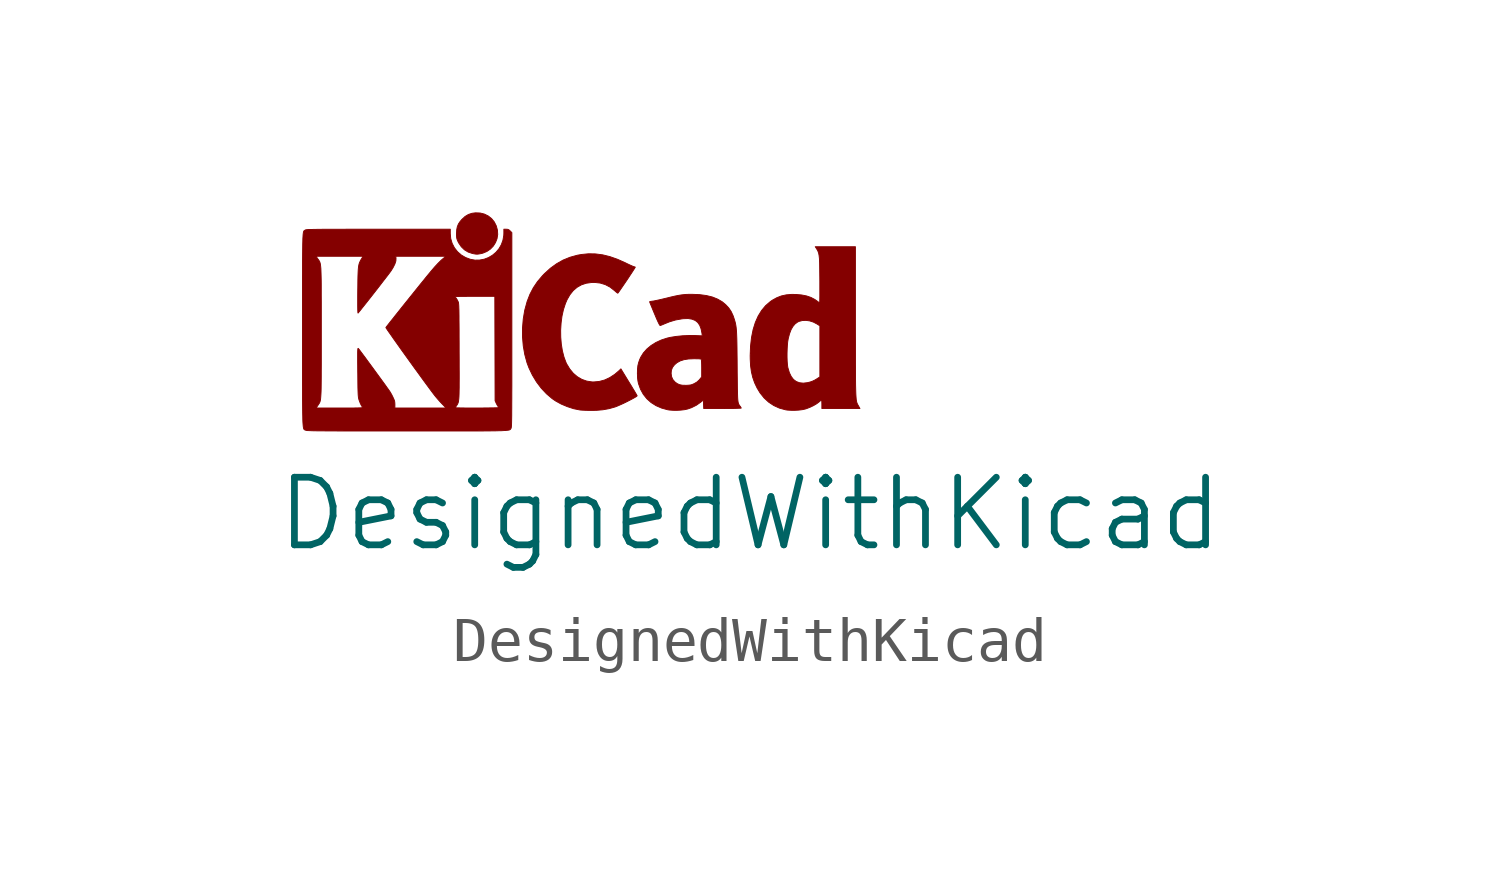
<source format=kicad_sym>
(kicad_symbol_lib
  (version 20211014)
  (generator kicad_symbol_editor)
  (symbol "DesignedWithKicad"
    (pin_names
      (offset 1.016))
    (property "Reference" "G"
      (at 0 -2.54 0)
      (effects (font (size 1.524 1.524)) hide))
    (property "Value" "DesignedWithKicad"
      (at 3.81 -2.54 0)
      (effects (font (size 1.524 1.524))))
    (symbol "DesignedWithKicad_0_1"
      (polyline (pts (xy -2.273 4.243) (xy -2.177 4.219) (xy -2.09 4.176) (xy -2.015 4.117) (xy -1.954 4.042) (xy -1.909 3.953) (xy -1.883 3.857) (xy -1.877 3.759) (xy -1.892 3.665) (xy -1.926 3.578) (xy -1.976 3.498) (xy -2.042 3.43) (xy -2.121 3.376) (xy -2.212 3.338) (xy -2.263 3.326) (xy -2.308 3.318) (xy -2.342 3.315) (xy -2.375 3.317) (xy -2.415 3.324) (xy -2.449 3.331) (xy -2.542 3.362) (xy -2.626 3.413) (xy -2.698 3.483) (xy -2.756 3.568) (xy -2.77 3.595) (xy -2.787 3.632) (xy -2.797 3.662) (xy -2.803 3.695) (xy -2.805 3.736) (xy -2.805 3.782) (xy -2.801 3.866) (xy -2.787 3.935) (xy -2.762 3.996) (xy -2.723 4.054) (xy -2.684 4.099) (xy -2.612 4.165) (xy -2.537 4.21) (xy -2.455 4.237) (xy -2.377 4.247) (xy -2.273 4.243)) (stroke (width 0.003) (type default) (color 0 0 0 0)) (fill (type outline)))
      (polyline (pts (xy 0.328 3.321) (xy 0.489 3.3) (xy 0.652 3.26) (xy 0.822 3.2) (xy 1 3.121) (xy 1.011 3.115) (xy 1.069 3.087) (xy 1.121 3.063) (xy 1.162 3.045) (xy 1.19 3.034) (xy 1.2 3.031) (xy 1.219 3.026) (xy 1.224 3.022) (xy 1.218 3.011) (xy 1.202 2.985) (xy 1.177 2.946) (xy 1.145 2.896) (xy 1.107 2.839) (xy 1.066 2.776) (xy 1.023 2.712) (xy 0.98 2.649) (xy 0.939 2.589) (xy 0.902 2.535) (xy 0.871 2.49) (xy 0.847 2.456) (xy 0.832 2.437) (xy 0.83 2.435) (xy 0.82 2.44) (xy 0.798 2.457) (xy 0.767 2.484) (xy 0.751 2.498) (xy 0.655 2.573) (xy 0.548 2.629) (xy 0.433 2.664) (xy 0.31 2.678) (xy 0.241 2.677) (xy 0.119 2.66) (xy 0.01 2.624) (xy -0.087 2.569) (xy -0.174 2.495) (xy -0.249 2.401) (xy -0.314 2.288) (xy -0.351 2.201) (xy -0.395 2.066) (xy -0.428 1.918) (xy -0.448 1.763) (xy -0.458 1.603) (xy -0.456 1.443) (xy -0.443 1.286) (xy -0.419 1.137) (xy -0.384 0.999) (xy -0.338 0.875) (xy -0.322 0.841) (xy -0.253 0.727) (xy -0.173 0.63) (xy -0.081 0.552) (xy 0.02 0.493) (xy 0.13 0.454) (xy 0.247 0.436) (xy 0.289 0.435) (xy 0.41 0.446) (xy 0.531 0.478) (xy 0.649 0.533) (xy 0.762 0.607) (xy 0.854 0.685) (xy 0.9 0.73) (xy 1.081 0.433) (xy 1.127 0.359) (xy 1.168 0.29) (xy 1.204 0.231) (xy 1.233 0.182) (xy 1.254 0.146) (xy 1.265 0.126) (xy 1.266 0.123) (xy 1.258 0.113) (xy 1.233 0.096) (xy 1.193 0.073) (xy 1.142 0.045) (xy 1.084 0.015) (xy 1.021 -0.017) (xy 0.958 -0.048) (xy 0.896 -0.076) (xy 0.839 -0.101) (xy 0.791 -0.121) (xy 0.768 -0.129) (xy 0.634 -0.167) (xy 0.496 -0.192) (xy 0.349 -0.205) (xy 0.222 -0.207) (xy 0.154 -0.206) (xy 0.088 -0.204) (xy 0.031 -0.201) (xy -0.013 -0.198) (xy -0.027 -0.196) (xy -0.166 -0.168) (xy -0.307 -0.122) (xy -0.445 -0.064) (xy -0.572 0.006) (xy -0.649 0.059) (xy -0.776 0.167) (xy -0.895 0.293) (xy -1.002 0.435) (xy -1.095 0.589) (xy -1.173 0.752) (xy -1.217 0.869) (xy -1.267 1.053) (xy -1.301 1.247) (xy -1.318 1.449) (xy -1.318 1.652) (xy -1.301 1.855) (xy -1.268 2.051) (xy -1.217 2.237) (xy -1.214 2.248) (xy -1.151 2.41) (xy -1.074 2.558) (xy -0.981 2.696) (xy -0.869 2.828) (xy -0.825 2.874) (xy -0.689 2.998) (xy -0.548 3.1) (xy -0.403 3.182) (xy -0.249 3.245) (xy -0.084 3.291) (xy 0.011 3.308) (xy 0.17 3.324) (xy 0.328 3.321)) (stroke (width 0.003) (type default) (color 0 0 0 0)) (fill (type outline)))
      (polyline (pts (xy 6.186 1.798) (xy 6.186 1.563) (xy 6.187 1.35) (xy 6.187 1.158) (xy 6.187 0.985) (xy 6.187 0.829) (xy 6.188 0.691) (xy 6.188 0.569) (xy 6.189 0.462) (xy 6.19 0.369) (xy 6.192 0.288) (xy 6.194 0.219) (xy 6.196 0.16) (xy 6.199 0.111) (xy 6.202 0.07) (xy 6.205 0.036) (xy 6.21 0.008) (xy 6.214 -0.015) (xy 6.22 -0.034) (xy 6.226 -0.051) (xy 6.233 -0.065) (xy 6.24 -0.079) (xy 6.249 -0.094) (xy 6.254 -0.103) (xy 6.288 -0.164) (xy 5.43 -0.164) (xy 5.43 -0.068) (xy 5.429 -0.024) (xy 5.427 0.009) (xy 5.425 0.027) (xy 5.423 0.028) (xy 5.412 0.021) (xy 5.389 0.004) (xy 5.366 -0.016) (xy 5.312 -0.057) (xy 5.242 -0.098) (xy 5.165 -0.135) (xy 5.088 -0.165) (xy 5.057 -0.175) (xy 4.989 -0.19) (xy 4.906 -0.2) (xy 4.816 -0.205) (xy 4.728 -0.204) (xy 4.649 -0.199) (xy 4.612 -0.193) (xy 4.473 -0.155) (xy 4.346 -0.097) (xy 4.23 -0.02) (xy 4.127 0.075) (xy 4.036 0.189) (xy 3.969 0.3) (xy 3.914 0.416) (xy 3.872 0.536) (xy 3.842 0.662) (xy 3.823 0.798) (xy 3.815 0.95) (xy 3.814 1.027) (xy 3.816 1.084) (xy 4.645 1.084) (xy 4.645 0.991) (xy 4.648 0.903) (xy 4.654 0.826) (xy 4.662 0.765) (xy 4.665 0.753) (xy 4.697 0.645) (xy 4.739 0.558) (xy 4.79 0.491) (xy 4.853 0.444) (xy 4.926 0.417) (xy 5.011 0.408) (xy 5.107 0.419) (xy 5.17 0.435) (xy 5.22 0.453) (xy 5.274 0.479) (xy 5.314 0.503) (xy 5.385 0.549) (xy 5.385 1.7) (xy 5.317 1.743) (xy 5.239 1.784) (xy 5.155 1.811) (xy 5.07 1.823) (xy 4.988 1.819) (xy 4.915 1.8) (xy 4.883 1.785) (xy 4.825 1.742) (xy 4.777 1.685) (xy 4.735 1.612) (xy 4.701 1.522) (xy 4.672 1.411) (xy 4.671 1.405) (xy 4.66 1.343) (xy 4.653 1.265) (xy 4.648 1.177) (xy 4.645 1.084) (xy 3.816 1.084) (xy 3.822 1.24) (xy 3.844 1.436) (xy 3.88 1.615) (xy 3.93 1.776) (xy 3.994 1.92) (xy 4.072 2.047) (xy 4.163 2.156) (xy 4.269 2.247) (xy 4.314 2.278) (xy 4.415 2.334) (xy 4.518 2.374) (xy 4.628 2.398) (xy 4.749 2.408) (xy 4.842 2.407) (xy 4.971 2.396) (xy 5.084 2.374) (xy 5.183 2.34) (xy 5.271 2.294) (xy 5.32 2.26) (xy 5.349 2.238) (xy 5.371 2.223) (xy 5.379 2.218) (xy 5.381 2.229) (xy 5.382 2.26) (xy 5.383 2.308) (xy 5.384 2.369) (xy 5.384 2.443) (xy 5.384 2.526) (xy 5.384 2.614) (xy 5.384 2.706) (xy 5.383 2.798) (xy 5.382 2.889) (xy 5.381 2.974) (xy 5.38 3.051) (xy 5.379 3.118) (xy 5.377 3.172) (xy 5.375 3.21) (xy 5.375 3.217) (xy 5.367 3.288) (xy 5.356 3.343) (xy 5.338 3.39) (xy 5.312 3.436) (xy 5.305 3.446) (xy 5.281 3.483) (xy 6.186 3.483) (xy 6.186 1.798)) (stroke (width 0.003) (type default) (color 0 0 0 0)) (fill (type outline)))
      (polyline (pts (xy 2.674 2.403) (xy 2.825 2.383) (xy 2.961 2.35) (xy 3.08 2.302) (xy 3.185 2.241) (xy 3.262 2.177) (xy 3.331 2.103) (xy 3.385 2.023) (xy 3.428 1.931) (xy 3.443 1.888) (xy 3.456 1.849) (xy 3.467 1.813) (xy 3.477 1.778) (xy 3.485 1.742) (xy 3.492 1.703) (xy 3.498 1.66) (xy 3.503 1.61) (xy 3.507 1.553) (xy 3.51 1.485) (xy 3.513 1.406) (xy 3.515 1.313) (xy 3.517 1.204) (xy 3.518 1.078) (xy 3.52 0.933) (xy 3.521 0.79) (xy 3.522 0.634) (xy 3.524 0.499) (xy 3.525 0.383) (xy 3.526 0.284) (xy 3.528 0.202) (xy 3.53 0.134) (xy 3.532 0.078) (xy 3.535 0.034) (xy 3.539 -0.002) (xy 3.544 -0.029) (xy 3.55 -0.051) (xy 3.557 -0.068) (xy 3.565 -0.082) (xy 3.574 -0.096) (xy 3.585 -0.11) (xy 3.59 -0.115) (xy 3.605 -0.138) (xy 3.612 -0.153) (xy 3.612 -0.154) (xy 3.602 -0.156) (xy 3.571 -0.158) (xy 3.522 -0.16) (xy 3.458 -0.162) (xy 3.382 -0.163) (xy 3.295 -0.163) (xy 3.2 -0.164) (xy 3.19 -0.164) (xy 2.767 -0.164) (xy 2.763 -0.068) (xy 2.76 0.028) (xy 2.698 -0.022) (xy 2.601 -0.09) (xy 2.491 -0.145) (xy 2.404 -0.175) (xy 2.335 -0.19) (xy 2.252 -0.2) (xy 2.162 -0.205) (xy 2.074 -0.204) (xy 1.995 -0.198) (xy 1.959 -0.193) (xy 1.819 -0.155) (xy 1.692 -0.1) (xy 1.58 -0.029) (xy 1.484 0.057) (xy 1.404 0.158) (xy 1.341 0.273) (xy 1.296 0.399) (xy 1.284 0.456) (xy 1.276 0.518) (xy 1.273 0.593) (xy 1.272 0.626) (xy 1.272 0.63) (xy 2.032 0.63) (xy 2.042 0.555) (xy 2.07 0.491) (xy 2.118 0.435) (xy 2.123 0.431) (xy 2.171 0.396) (xy 2.223 0.373) (xy 2.284 0.361) (xy 2.359 0.359) (xy 2.377 0.359) (xy 2.431 0.362) (xy 2.471 0.367) (xy 2.506 0.377) (xy 2.545 0.394) (xy 2.556 0.399) (xy 2.616 0.435) (xy 2.663 0.478) (xy 2.676 0.493) (xy 2.721 0.549) (xy 2.721 0.745) (xy 2.72 0.824) (xy 2.718 0.882) (xy 2.715 0.921) (xy 2.711 0.943) (xy 2.707 0.95) (xy 2.691 0.953) (xy 2.657 0.956) (xy 2.61 0.957) (xy 2.555 0.958) (xy 2.546 0.958) (xy 2.425 0.953) (xy 2.323 0.937) (xy 2.236 0.909) (xy 2.164 0.869) (xy 2.109 0.822) (xy 2.064 0.764) (xy 2.039 0.701) (xy 2.032 0.63) (xy 1.272 0.63) (xy 1.274 0.72) (xy 1.282 0.799) (xy 1.299 0.87) (xy 1.324 0.941) (xy 1.348 0.994) (xy 1.407 1.089) (xy 1.485 1.177) (xy 1.58 1.256) (xy 1.69 1.325) (xy 1.812 1.381) (xy 1.945 1.424) (xy 2.009 1.439) (xy 2.146 1.461) (xy 2.294 1.476) (xy 2.446 1.482) (xy 2.572 1.481) (xy 2.734 1.474) (xy 2.727 1.533) (xy 2.707 1.632) (xy 2.676 1.713) (xy 2.632 1.776) (xy 2.575 1.821) (xy 2.503 1.85) (xy 2.416 1.864) (xy 2.313 1.861) (xy 2.275 1.857) (xy 2.134 1.832) (xy 1.997 1.791) (xy 1.902 1.753) (xy 1.857 1.734) (xy 1.819 1.718) (xy 1.792 1.709) (xy 1.784 1.706) (xy 1.775 1.716) (xy 1.758 1.745) (xy 1.734 1.794) (xy 1.703 1.863) (xy 1.665 1.954) (xy 1.658 1.97) (xy 1.628 2.042) (xy 1.601 2.108) (xy 1.578 2.163) (xy 1.561 2.206) (xy 1.55 2.233) (xy 1.547 2.242) (xy 1.557 2.247) (xy 1.583 2.252) (xy 1.611 2.256) (xy 1.642 2.26) (xy 1.689 2.27) (xy 1.751 2.283) (xy 1.821 2.299) (xy 1.896 2.317) (xy 1.925 2.324) (xy 2.03 2.35) (xy 2.118 2.37) (xy 2.192 2.385) (xy 2.258 2.396) (xy 2.319 2.403) (xy 2.381 2.408) (xy 2.446 2.41) (xy 2.504 2.41) (xy 2.674 2.403)) (stroke (width 0.003) (type default) (color 0 0 0 0)) (fill (type outline)))
      (polyline (pts (xy -2.946 3.781) (xy -2.936 3.667) (xy -2.904 3.559) (xy -2.853 3.46) (xy -2.784 3.372) (xy -2.699 3.297) (xy -2.602 3.24) (xy -2.496 3.2) (xy -2.389 3.181) (xy -2.283 3.183) (xy -2.181 3.202) (xy -2.084 3.239) (xy -1.996 3.291) (xy -1.917 3.357) (xy -1.849 3.437) (xy -1.796 3.528) (xy -1.759 3.63) (xy -1.74 3.74) (xy -1.738 3.79) (xy -1.738 3.878) (xy -1.687 3.878) (xy -1.65 3.875) (xy -1.623 3.863) (xy -1.596 3.839) (xy -1.558 3.801) (xy -1.558 1.609) (xy -1.558 1.347) (xy -1.558 1.107) (xy -1.558 0.887) (xy -1.558 0.687) (xy -1.558 0.506) (xy -1.558 0.342) (xy -1.559 0.196) (xy -1.559 0.065) (xy -1.56 -0.05) (xy -1.56 -0.151) (xy -1.561 -0.239) (xy -1.561 -0.315) (xy -1.562 -0.38) (xy -1.563 -0.434) (xy -1.564 -0.479) (xy -1.565 -0.516) (xy -1.567 -0.545) (xy -1.568 -0.567) (xy -1.57 -0.584) (xy -1.572 -0.596) (xy -1.574 -0.604) (xy -1.576 -0.61) (xy -1.577 -0.612) (xy -1.581 -0.619) (xy -1.585 -0.625) (xy -1.589 -0.631) (xy -1.594 -0.636) (xy -1.601 -0.641) (xy -1.611 -0.646) (xy -1.625 -0.65) (xy -1.645 -0.653) (xy -1.669 -0.656) (xy -1.701 -0.659) (xy -1.741 -0.661) (xy -1.789 -0.664) (xy -1.846 -0.665) (xy -1.914 -0.667) (xy -1.994 -0.668) (xy -2.085 -0.669) (xy -2.19 -0.67) (xy -2.309 -0.67) (xy -2.443 -0.671) (xy -2.593 -0.671) (xy -2.76 -0.671) (xy -2.945 -0.671) (xy -3.149 -0.671) (xy -3.372 -0.671) (xy -3.616 -0.671) (xy -3.881 -0.671) (xy -3.92 -0.671) (xy -4.187 -0.671) (xy -4.432 -0.671) (xy -4.657 -0.671) (xy -4.861 -0.671) (xy -5.047 -0.671) (xy -5.215 -0.671) (xy -5.366 -0.67) (xy -5.501 -0.67) (xy -5.62 -0.669) (xy -5.725 -0.669) (xy -5.817 -0.668) (xy -5.896 -0.667) (xy -5.964 -0.667) (xy -6.021 -0.666) (xy -6.069 -0.665) (xy -6.107 -0.663) (xy -6.138 -0.662) (xy -6.162 -0.661) (xy -6.18 -0.659) (xy -6.192 -0.657) (xy -6.201 -0.655) (xy -6.205 -0.653) (xy -6.214 -0.65) (xy -6.221 -0.647) (xy -6.229 -0.645) (xy -6.235 -0.641) (xy -6.241 -0.636) (xy -6.246 -0.627) (xy -6.251 -0.615) (xy -6.255 -0.599) (xy -6.259 -0.577) (xy -6.262 -0.548) (xy -6.265 -0.511) (xy -6.268 -0.467) (xy -6.27 -0.413) (xy -6.271 -0.348) (xy -6.273 -0.273) (xy -6.274 -0.185) (xy -6.275 -0.084) (xy -6.276 0.031) (xy -6.276 0.16) (xy -6.276 0.306) (xy -6.277 0.469) (xy -6.277 0.649) (xy -6.277 0.848) (xy -6.277 1.066) (xy -6.277 1.305) (xy -6.277 1.566) (xy -6.277 1.608) (xy -6.277 1.871) (xy -6.277 2.112) (xy -6.277 2.333) (xy -6.277 2.534) (xy -6.277 2.716) (xy -6.276 2.88) (xy -6.276 3.027) (xy -6.276 3.158) (xy -6.275 3.268) (xy -5.972 3.268) (xy -5.932 3.21) (xy -5.921 3.195) (xy -5.911 3.181) (xy -5.902 3.167) (xy -5.894 3.153) (xy -5.887 3.138) (xy -5.881 3.119) (xy -5.875 3.096) (xy -5.871 3.068) (xy -5.867 3.034) (xy -5.863 2.991) (xy -5.861 2.94) (xy -5.859 2.879) (xy -5.857 2.807) (xy -5.855 2.722) (xy -5.854 2.624) (xy -5.854 2.51) (xy -5.854 2.381) (xy -5.853 2.235) (xy -5.853 2.07) (xy -5.853 1.886) (xy -5.853 1.681) (xy -5.853 1.558) (xy -5.853 1.341) (xy -5.853 1.145) (xy -5.853 0.97) (xy -5.853 0.814) (xy -5.854 0.675) (xy -5.854 0.553) (xy -5.855 0.447) (xy -5.856 0.355) (xy -5.857 0.276) (xy -5.859 0.208) (xy -5.862 0.152) (xy -5.865 0.105) (xy -5.868 0.066) (xy -5.872 0.035) (xy -5.877 0.009) (xy -5.883 -0.012) (xy -5.89 -0.029) (xy -5.897 -0.044) (xy -5.906 -0.057) (xy -5.915 -0.071) (xy -5.925 -0.086) (xy -5.931 -0.095) (xy -5.97 -0.152) (xy -5.439 -0.152) (xy -5.316 -0.152) (xy -5.213 -0.152) (xy -5.129 -0.152) (xy -5.063 -0.151) (xy -5.012 -0.15) (xy -4.974 -0.149) (xy -4.948 -0.147) (xy -4.932 -0.145) (xy -4.923 -0.142) (xy -4.921 -0.138) (xy -4.923 -0.134) (xy -4.925 -0.133) (xy -4.95 -0.096) (xy -4.976 -0.043) (xy -4.999 0.019) (xy -5.008 0.046) (xy -5.012 0.064) (xy -5.016 0.085) (xy -5.019 0.111) (xy -5.022 0.144) (xy -5.024 0.187) (xy -5.026 0.242) (xy -5.028 0.31) (xy -5.029 0.393) (xy -5.03 0.495) (xy -5.031 0.616) (xy -5.032 0.66) (xy -5.033 0.786) (xy -5.034 0.89) (xy -5.034 0.975) (xy -5.034 1.044) (xy -5.034 1.096) (xy -5.033 1.135) (xy -5.031 1.163) (xy -5.029 1.18) (xy -5.027 1.189) (xy -5.023 1.192) (xy -5.019 1.19) (xy -5.015 1.185) (xy -5.004 1.172) (xy -4.982 1.143) (xy -4.95 1.1) (xy -4.909 1.045) (xy -4.861 0.981) (xy -4.808 0.908) (xy -4.751 0.831) (xy -4.691 0.749) (xy -4.631 0.667) (xy -4.572 0.586) (xy -4.514 0.507) (xy -4.461 0.434) (xy -4.413 0.368) (xy -4.373 0.311) (xy -4.34 0.266) (xy -4.319 0.235) (xy -4.314 0.229) (xy -4.291 0.192) (xy -4.264 0.144) (xy -4.239 0.094) (xy -4.236 0.087) (xy -4.214 0.039) (xy -4.201 0.002) (xy -4.196 -0.034) (xy -4.194 -0.076) (xy -4.195 -0.152) (xy -3.041 -0.152) (xy -3.132 -0.059) (xy -3.179 -0.009) (xy -3.229 0.048) (xy -3.275 0.102) (xy -3.295 0.127) (xy -3.326 0.167) (xy -3.366 0.22) (xy -3.414 0.285) (xy -3.47 0.361) (xy -3.532 0.445) (xy -3.599 0.537) (xy -3.669 0.634) (xy -3.743 0.735) (xy -3.817 0.838) (xy -3.892 0.942) (xy -3.966 1.045) (xy -4.038 1.145) (xy -4.106 1.241) (xy -4.17 1.331) (xy -4.229 1.414) (xy -4.28 1.488) (xy -4.324 1.55) (xy -4.359 1.6) (xy -4.383 1.637) (xy -4.396 1.657) (xy -4.398 1.661) (xy -4.39 1.673) (xy -4.369 1.7) (xy -4.337 1.741) (xy -4.295 1.795) (xy -4.243 1.859) (xy -4.185 1.933) (xy -4.12 2.014) (xy -4.051 2.101) (xy -3.979 2.191) (xy -3.904 2.284) (xy -3.845 2.358) (xy -2.833 2.358) (xy -2.828 2.345) (xy -2.813 2.323) (xy -2.812 2.322) (xy -2.793 2.292) (xy -2.774 2.255) (xy -2.77 2.247) (xy -2.766 2.238) (xy -2.763 2.228) (xy -2.76 2.215) (xy -2.758 2.197) (xy -2.756 2.174) (xy -2.754 2.143) (xy -2.753 2.103) (xy -2.751 2.054) (xy -2.75 1.993) (xy -2.749 1.919) (xy -2.749 1.831) (xy -2.748 1.727) (xy -2.747 1.607) (xy -2.747 1.468) (xy -2.746 1.309) (xy -2.746 1.13) (xy -2.745 0.945) (xy -2.745 0.781) (xy -2.744 0.637) (xy -2.744 0.511) (xy -2.745 0.402) (xy -2.745 0.309) (xy -2.747 0.23) (xy -2.748 0.164) (xy -2.75 0.109) (xy -2.753 0.064) (xy -2.757 0.028) (xy -2.761 -0.001) (xy -2.766 -0.025) (xy -2.772 -0.043) (xy -2.779 -0.059) (xy -2.787 -0.074) (xy -2.796 -0.088) (xy -2.805 -0.1) (xy -2.822 -0.127) (xy -2.832 -0.144) (xy -2.833 -0.147) (xy -2.823 -0.148) (xy -2.791 -0.149) (xy -2.742 -0.15) (xy -2.677 -0.151) (xy -2.599 -0.152) (xy -2.51 -0.152) (xy -2.411 -0.152) (xy -2.342 -0.152) (xy -2.237 -0.152) (xy -2.141 -0.151) (xy -2.054 -0.15) (xy -1.98 -0.149) (xy -1.921 -0.148) (xy -1.879 -0.146) (xy -1.855 -0.144) (xy -1.851 -0.142) (xy -1.859 -0.128) (xy -1.867 -0.12) (xy -1.88 -0.102) (xy -1.897 -0.072) (xy -1.909 -0.048) (xy -1.936 0.011) (xy -1.939 1.188) (xy -1.942 2.365) (xy -2.388 2.365) (xy -2.486 2.365) (xy -2.576 2.364) (xy -2.657 2.364) (xy -2.725 2.363) (xy -2.779 2.361) (xy -2.815 2.36) (xy -2.833 2.359) (xy -2.833 2.358) (xy -3.845 2.358) (xy -3.829 2.377) (xy -3.755 2.47) (xy -3.683 2.559) (xy -3.615 2.644) (xy -3.551 2.722) (xy -3.494 2.793) (xy -3.444 2.854) (xy -3.403 2.903) (xy -3.386 2.924) (xy -3.3 3.025) (xy -3.223 3.108) (xy -3.154 3.176) (xy -3.091 3.23) (xy -3.082 3.237) (xy -3.042 3.268) (xy -4.174 3.268) (xy -4.169 3.22) (xy -4.172 3.163) (xy -4.194 3.095) (xy -4.234 3.015) (xy -4.279 2.942) (xy -4.295 2.92) (xy -4.323 2.882) (xy -4.361 2.832) (xy -4.408 2.771) (xy -4.462 2.702) (xy -4.52 2.626) (xy -4.582 2.546) (xy -4.646 2.464) (xy -4.71 2.382) (xy -4.773 2.302) (xy -4.832 2.227) (xy -4.887 2.158) (xy -4.935 2.098) (xy -4.974 2.048) (xy -5.004 2.012) (xy -5.022 1.99) (xy -5.025 1.987) (xy -5.028 1.995) (xy -5.03 2.025) (xy -5.032 2.077) (xy -5.033 2.151) (xy -5.033 2.247) (xy -5.033 2.364) (xy -5.032 2.484) (xy -5.03 2.616) (xy -5.029 2.727) (xy -5.027 2.821) (xy -5.024 2.899) (xy -5.021 2.962) (xy -5.016 3.015) (xy -5.01 3.058) (xy -5.002 3.093) (xy -4.992 3.124) (xy -4.979 3.152) (xy -4.965 3.18) (xy -4.95 3.205) (xy -4.912 3.268) (xy -5.972 3.268) (xy -6.275 3.268) (xy -6.275 3.274) (xy -6.274 3.377) (xy -6.273 3.465) (xy -6.272 3.542) (xy -6.27 3.607) (xy -6.269 3.663) (xy -6.266 3.708) (xy -6.264 3.745) (xy -6.261 3.775) (xy -6.258 3.798) (xy -6.254 3.816) (xy -6.25 3.829) (xy -6.245 3.838) (xy -6.24 3.844) (xy -6.234 3.849) (xy -6.228 3.852) (xy -6.221 3.856) (xy -6.215 3.859) (xy -6.21 3.862) (xy -6.202 3.864) (xy -6.19 3.866) (xy -6.173 3.868) (xy -6.149 3.87) (xy -6.118 3.871) (xy -6.079 3.872) (xy -6.03 3.873) (xy -5.971 3.874) (xy -5.899 3.875) (xy -5.816 3.876) (xy -5.718 3.876) (xy -5.605 3.877) (xy -5.476 3.877) (xy -5.33 3.877) (xy -5.166 3.878) (xy -4.982 3.878) (xy -4.778 3.878) (xy -4.567 3.878) (xy -2.946 3.878) (xy -2.946 3.781)) (stroke (width 0.003) (type default) (color 0 0 0 0)) (fill (type outline))))))
</source>
